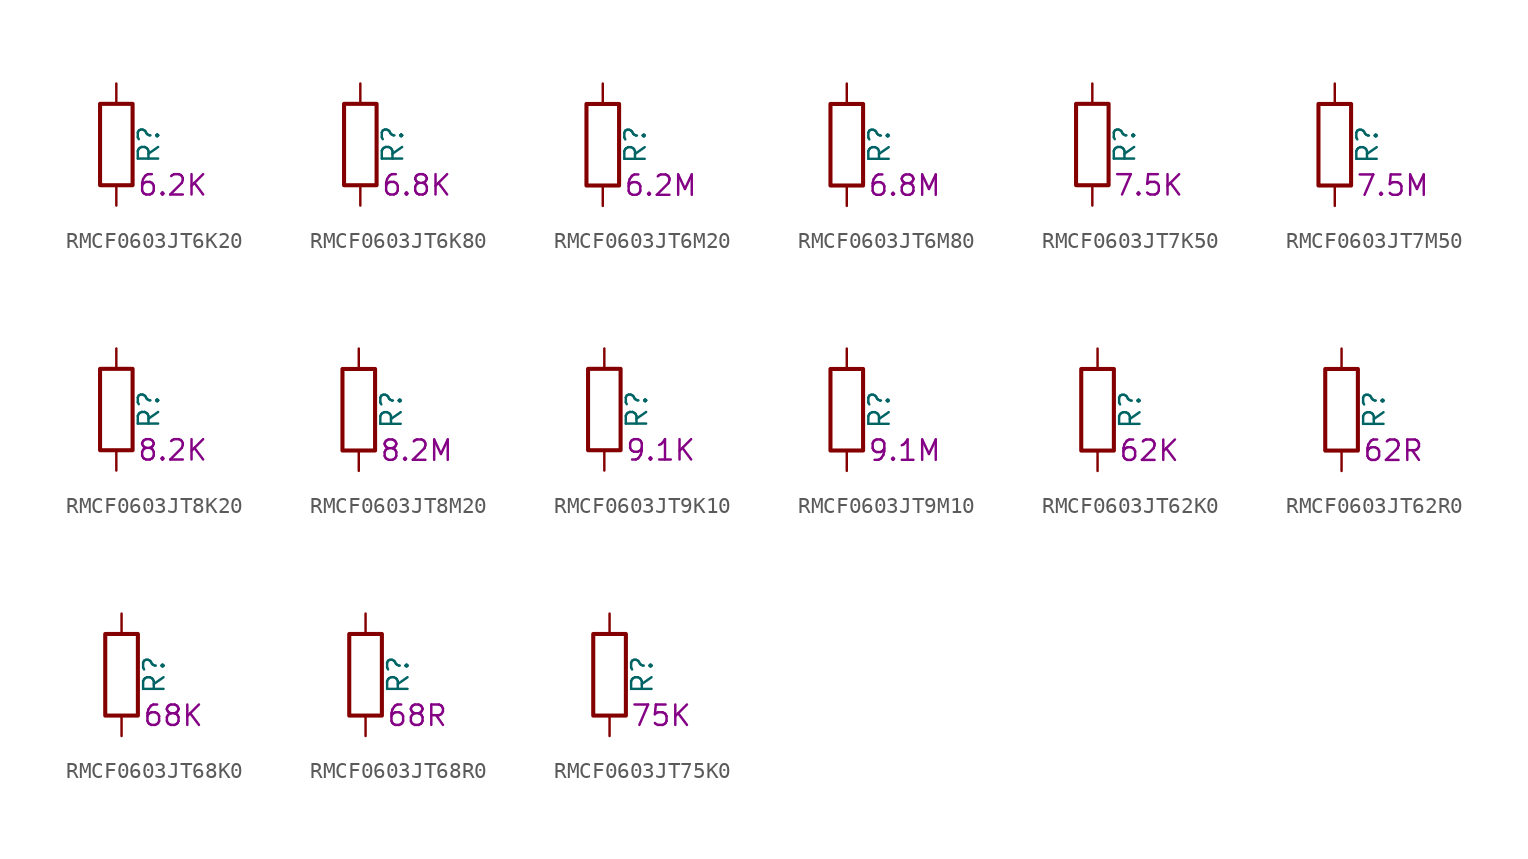
<source format=kicad_sym>
(kicad_symbol_lib
  (version 20220914)
  (generator kicad_symbol_editor)
  (symbol "RMCF0603JT6K20"
    (pin_numbers hide)
    (pin_names
      (offset 0))
    (property "Reference" "R"
      (at 2.032 0 90)
      (effects (font (size 1.27 1.27))))
    (property "Resistance" "6.2K"
      (at 1.27 -2.54 0)
      (effects (font (size 1.27 1.27)) (justify left)))
    (symbol "RMCF0603JT6K20_0_1"
      (rectangle (start -1.016 -2.54) (end 1.016 2.54) (stroke (width 0.254) (type default)) (fill (type none))))
    (symbol "RMCF0603JT6K20_1_1"
      (pin passive line (at 0 3.81 270) (length 1.27) (name "~" (effects (font (size 1.27 1.27)))) (number "1" (effects (font (size 1.27 1.27)))))
      (pin passive line (at 0 -3.81 90) (length 1.27) (name "~" (effects (font (size 1.27 1.27)))) (number "2" (effects (font (size 1.27 1.27)))))))
  (symbol "RMCF0603JT6K80"
    (pin_numbers hide)
    (pin_names
      (offset 0))
    (property "Reference" "R"
      (at 2.032 0 90)
      (effects (font (size 1.27 1.27))))
    (property "Resistance" "6.8K"
      (at 1.27 -2.54 0)
      (effects (font (size 1.27 1.27)) (justify left)))
    (symbol "RMCF0603JT6K80_0_1"
      (rectangle (start -1.016 -2.54) (end 1.016 2.54) (stroke (width 0.254) (type default)) (fill (type none))))
    (symbol "RMCF0603JT6K80_1_1"
      (pin passive line (at 0 3.81 270) (length 1.27) (name "~" (effects (font (size 1.27 1.27)))) (number "1" (effects (font (size 1.27 1.27)))))
      (pin passive line (at 0 -3.81 90) (length 1.27) (name "~" (effects (font (size 1.27 1.27)))) (number "2" (effects (font (size 1.27 1.27)))))))
  (symbol "RMCF0603JT6M20"
    (pin_numbers hide)
    (pin_names
      (offset 0))
    (property "Reference" "R"
      (at 2.032 0 90)
      (effects (font (size 1.27 1.27))))
    (property "Resistance" "6.2M"
      (at 1.27 -2.54 0)
      (effects (font (size 1.27 1.27)) (justify left)))
    (symbol "RMCF0603JT6M20_0_1"
      (rectangle (start -1.016 -2.54) (end 1.016 2.54) (stroke (width 0.254) (type default)) (fill (type none))))
    (symbol "RMCF0603JT6M20_1_1"
      (pin passive line (at 0 3.81 270) (length 1.27) (name "~" (effects (font (size 1.27 1.27)))) (number "1" (effects (font (size 1.27 1.27)))))
      (pin passive line (at 0 -3.81 90) (length 1.27) (name "~" (effects (font (size 1.27 1.27)))) (number "2" (effects (font (size 1.27 1.27)))))))
  (symbol "RMCF0603JT6M80"
    (pin_numbers hide)
    (pin_names
      (offset 0))
    (property "Reference" "R"
      (at 2.032 0 90)
      (effects (font (size 1.27 1.27))))
    (property "Resistance" "6.8M"
      (at 1.27 -2.54 0)
      (effects (font (size 1.27 1.27)) (justify left)))
    (symbol "RMCF0603JT6M80_0_1"
      (rectangle (start -1.016 -2.54) (end 1.016 2.54) (stroke (width 0.254) (type default)) (fill (type none))))
    (symbol "RMCF0603JT6M80_1_1"
      (pin passive line (at 0 3.81 270) (length 1.27) (name "~" (effects (font (size 1.27 1.27)))) (number "1" (effects (font (size 1.27 1.27)))))
      (pin passive line (at 0 -3.81 90) (length 1.27) (name "~" (effects (font (size 1.27 1.27)))) (number "2" (effects (font (size 1.27 1.27)))))))
  (symbol "RMCF0603JT7K50"
    (pin_numbers hide)
    (pin_names
      (offset 0))
    (property "Reference" "R"
      (at 2.032 0 90)
      (effects (font (size 1.27 1.27))))
    (property "Resistance" "7.5K"
      (at 1.27 -2.54 0)
      (effects (font (size 1.27 1.27)) (justify left)))
    (symbol "RMCF0603JT7K50_0_1"
      (rectangle (start -1.016 -2.54) (end 1.016 2.54) (stroke (width 0.254) (type default)) (fill (type none))))
    (symbol "RMCF0603JT7K50_1_1"
      (pin passive line (at 0 3.81 270) (length 1.27) (name "~" (effects (font (size 1.27 1.27)))) (number "1" (effects (font (size 1.27 1.27)))))
      (pin passive line (at 0 -3.81 90) (length 1.27) (name "~" (effects (font (size 1.27 1.27)))) (number "2" (effects (font (size 1.27 1.27)))))))
  (symbol "RMCF0603JT7M50"
    (pin_numbers hide)
    (pin_names
      (offset 0))
    (property "Reference" "R"
      (at 2.032 0 90)
      (effects (font (size 1.27 1.27))))
    (property "Resistance" "7.5M"
      (at 1.27 -2.54 0)
      (effects (font (size 1.27 1.27)) (justify left)))
    (symbol "RMCF0603JT7M50_0_1"
      (rectangle (start -1.016 -2.54) (end 1.016 2.54) (stroke (width 0.254) (type default)) (fill (type none))))
    (symbol "RMCF0603JT7M50_1_1"
      (pin passive line (at 0 3.81 270) (length 1.27) (name "~" (effects (font (size 1.27 1.27)))) (number "1" (effects (font (size 1.27 1.27)))))
      (pin passive line (at 0 -3.81 90) (length 1.27) (name "~" (effects (font (size 1.27 1.27)))) (number "2" (effects (font (size 1.27 1.27)))))))
  (symbol "RMCF0603JT8K20"
    (pin_numbers hide)
    (pin_names
      (offset 0))
    (property "Reference" "R"
      (at 2.032 0 90)
      (effects (font (size 1.27 1.27))))
    (property "Resistance" "8.2K"
      (at 1.27 -2.54 0)
      (effects (font (size 1.27 1.27)) (justify left)))
    (symbol "RMCF0603JT8K20_0_1"
      (rectangle (start -1.016 -2.54) (end 1.016 2.54) (stroke (width 0.254) (type default)) (fill (type none))))
    (symbol "RMCF0603JT8K20_1_1"
      (pin passive line (at 0 3.81 270) (length 1.27) (name "~" (effects (font (size 1.27 1.27)))) (number "1" (effects (font (size 1.27 1.27)))))
      (pin passive line (at 0 -3.81 90) (length 1.27) (name "~" (effects (font (size 1.27 1.27)))) (number "2" (effects (font (size 1.27 1.27)))))))
  (symbol "RMCF0603JT8M20"
    (pin_numbers hide)
    (pin_names
      (offset 0))
    (property "Reference" "R"
      (at 2.032 0 90)
      (effects (font (size 1.27 1.27))))
    (property "Resistance" "8.2M"
      (at 1.27 -2.54 0)
      (effects (font (size 1.27 1.27)) (justify left)))
    (symbol "RMCF0603JT8M20_0_1"
      (rectangle (start -1.016 -2.54) (end 1.016 2.54) (stroke (width 0.254) (type default)) (fill (type none))))
    (symbol "RMCF0603JT8M20_1_1"
      (pin passive line (at 0 3.81 270) (length 1.27) (name "~" (effects (font (size 1.27 1.27)))) (number "1" (effects (font (size 1.27 1.27)))))
      (pin passive line (at 0 -3.81 90) (length 1.27) (name "~" (effects (font (size 1.27 1.27)))) (number "2" (effects (font (size 1.27 1.27)))))))
  (symbol "RMCF0603JT9K10"
    (pin_numbers hide)
    (pin_names
      (offset 0))
    (property "Reference" "R"
      (at 2.032 0 90)
      (effects (font (size 1.27 1.27))))
    (property "Resistance" "9.1K"
      (at 1.27 -2.54 0)
      (effects (font (size 1.27 1.27)) (justify left)))
    (symbol "RMCF0603JT9K10_0_1"
      (rectangle (start -1.016 -2.54) (end 1.016 2.54) (stroke (width 0.254) (type default)) (fill (type none))))
    (symbol "RMCF0603JT9K10_1_1"
      (pin passive line (at 0 3.81 270) (length 1.27) (name "~" (effects (font (size 1.27 1.27)))) (number "1" (effects (font (size 1.27 1.27)))))
      (pin passive line (at 0 -3.81 90) (length 1.27) (name "~" (effects (font (size 1.27 1.27)))) (number "2" (effects (font (size 1.27 1.27)))))))
  (symbol "RMCF0603JT9M10"
    (pin_numbers hide)
    (pin_names
      (offset 0))
    (property "Reference" "R"
      (at 2.032 0 90)
      (effects (font (size 1.27 1.27))))
    (property "Resistance" "9.1M"
      (at 1.27 -2.54 0)
      (effects (font (size 1.27 1.27)) (justify left)))
    (symbol "RMCF0603JT9M10_0_1"
      (rectangle (start -1.016 -2.54) (end 1.016 2.54) (stroke (width 0.254) (type default)) (fill (type none))))
    (symbol "RMCF0603JT9M10_1_1"
      (pin passive line (at 0 3.81 270) (length 1.27) (name "~" (effects (font (size 1.27 1.27)))) (number "1" (effects (font (size 1.27 1.27)))))
      (pin passive line (at 0 -3.81 90) (length 1.27) (name "~" (effects (font (size 1.27 1.27)))) (number "2" (effects (font (size 1.27 1.27)))))))
  (symbol "RMCF0603JT62K0"
    (pin_numbers hide)
    (pin_names
      (offset 0))
    (property "Reference" "R"
      (at 2.032 0 90)
      (effects (font (size 1.27 1.27))))
    (property "Resistance" "62K"
      (at 1.27 -2.54 0)
      (effects (font (size 1.27 1.27)) (justify left)))
    (symbol "RMCF0603JT62K0_0_1"
      (rectangle (start -1.016 -2.54) (end 1.016 2.54) (stroke (width 0.254) (type default)) (fill (type none))))
    (symbol "RMCF0603JT62K0_1_1"
      (pin passive line (at 0 3.81 270) (length 1.27) (name "~" (effects (font (size 1.27 1.27)))) (number "1" (effects (font (size 1.27 1.27)))))
      (pin passive line (at 0 -3.81 90) (length 1.27) (name "~" (effects (font (size 1.27 1.27)))) (number "2" (effects (font (size 1.27 1.27)))))))
  (symbol "RMCF0603JT62R0"
    (pin_numbers hide)
    (pin_names
      (offset 0))
    (property "Reference" "R"
      (at 2.032 0 90)
      (effects (font (size 1.27 1.27))))
    (property "Resistance" "62R"
      (at 1.27 -2.54 0)
      (effects (font (size 1.27 1.27)) (justify left)))
    (symbol "RMCF0603JT62R0_0_1"
      (rectangle (start -1.016 -2.54) (end 1.016 2.54) (stroke (width 0.254) (type default)) (fill (type none))))
    (symbol "RMCF0603JT62R0_1_1"
      (pin passive line (at 0 3.81 270) (length 1.27) (name "~" (effects (font (size 1.27 1.27)))) (number "1" (effects (font (size 1.27 1.27)))))
      (pin passive line (at 0 -3.81 90) (length 1.27) (name "~" (effects (font (size 1.27 1.27)))) (number "2" (effects (font (size 1.27 1.27)))))))
  (symbol "RMCF0603JT68K0"
    (pin_numbers hide)
    (pin_names
      (offset 0))
    (property "Reference" "R"
      (at 2.032 0 90)
      (effects (font (size 1.27 1.27))))
    (property "Resistance" "68K"
      (at 1.27 -2.54 0)
      (effects (font (size 1.27 1.27)) (justify left)))
    (symbol "RMCF0603JT68K0_0_1"
      (rectangle (start -1.016 -2.54) (end 1.016 2.54) (stroke (width 0.254) (type default)) (fill (type none))))
    (symbol "RMCF0603JT68K0_1_1"
      (pin passive line (at 0 3.81 270) (length 1.27) (name "~" (effects (font (size 1.27 1.27)))) (number "1" (effects (font (size 1.27 1.27)))))
      (pin passive line (at 0 -3.81 90) (length 1.27) (name "~" (effects (font (size 1.27 1.27)))) (number "2" (effects (font (size 1.27 1.27)))))))
  (symbol "RMCF0603JT68R0"
    (pin_numbers hide)
    (pin_names
      (offset 0))
    (property "Reference" "R"
      (at 2.032 0 90)
      (effects (font (size 1.27 1.27))))
    (property "Resistance" "68R"
      (at 1.27 -2.54 0)
      (effects (font (size 1.27 1.27)) (justify left)))
    (symbol "RMCF0603JT68R0_0_1"
      (rectangle (start -1.016 -2.54) (end 1.016 2.54) (stroke (width 0.254) (type default)) (fill (type none))))
    (symbol "RMCF0603JT68R0_1_1"
      (pin passive line (at 0 3.81 270) (length 1.27) (name "~" (effects (font (size 1.27 1.27)))) (number "1" (effects (font (size 1.27 1.27)))))
      (pin passive line (at 0 -3.81 90) (length 1.27) (name "~" (effects (font (size 1.27 1.27)))) (number "2" (effects (font (size 1.27 1.27)))))))
  (symbol "RMCF0603JT75K0"
    (pin_numbers hide)
    (pin_names
      (offset 0))
    (property "Reference" "R"
      (at 2.032 0 90)
      (effects (font (size 1.27 1.27))))
    (property "Resistance" "75K"
      (at 1.27 -2.54 0)
      (effects (font (size 1.27 1.27)) (justify left)))
    (symbol "RMCF0603JT75K0_0_1"
      (rectangle (start -1.016 -2.54) (end 1.016 2.54) (stroke (width 0.254) (type default)) (fill (type none))))
    (symbol "RMCF0603JT75K0_1_1"
      (pin passive line (at 0 3.81 270) (length 1.27) (name "~" (effects (font (size 1.27 1.27)))) (number "1" (effects (font (size 1.27 1.27)))))
      (pin passive line (at 0 -3.81 90) (length 1.27) (name "~" (effects (font (size 1.27 1.27)))) (number "2" (effects (font (size 1.27 1.27))))))))
</source>
